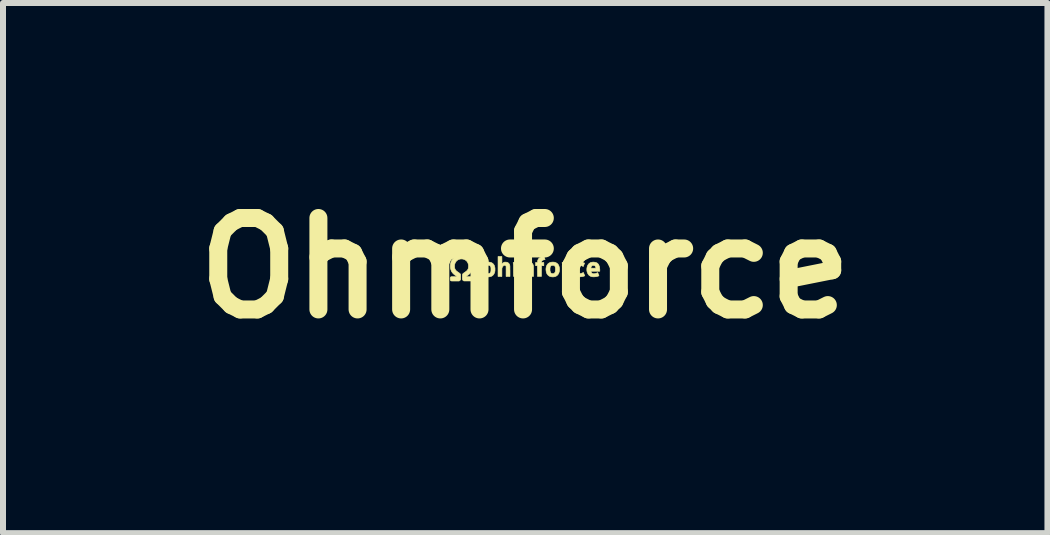
<source format=kicad_pcb>
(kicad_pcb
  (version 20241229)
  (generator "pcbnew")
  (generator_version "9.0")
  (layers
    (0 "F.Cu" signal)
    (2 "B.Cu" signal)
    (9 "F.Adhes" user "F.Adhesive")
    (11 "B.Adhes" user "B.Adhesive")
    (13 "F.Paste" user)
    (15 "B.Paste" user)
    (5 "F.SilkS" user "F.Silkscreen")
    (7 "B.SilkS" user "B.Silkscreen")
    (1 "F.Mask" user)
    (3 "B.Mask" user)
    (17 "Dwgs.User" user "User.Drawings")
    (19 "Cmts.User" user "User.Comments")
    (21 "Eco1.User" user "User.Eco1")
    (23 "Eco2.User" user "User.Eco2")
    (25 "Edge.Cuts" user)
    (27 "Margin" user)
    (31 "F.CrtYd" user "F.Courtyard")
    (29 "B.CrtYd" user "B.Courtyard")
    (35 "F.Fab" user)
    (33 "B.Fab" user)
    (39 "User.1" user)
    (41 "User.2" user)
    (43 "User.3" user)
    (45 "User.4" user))
  (footprint "Ohmforce"
    (layer "F.Cu")
    (at 5.704 1.418)
    (property "Reference" "Ohmforce" (at 0 0 0) (layer "F.SilkS") (effects (font (size 1.524 1.524) (thickness 0.3))))
    (attr through_hole)
    (fp_poly (pts (xy -0.388 -0.129) (xy -0.388 -0.064) (xy -0.381 -0.073) (xy -0.374 -0.08) (xy -0.366 -0.087) (xy -0.358 -0.093) (xy -0.351 -0.097) (xy -0.351 -0.097) (xy -0.346 -0.098) (xy -0.342 -0.099) (xy -0.336 -0.099) (xy -0.331 -0.099) (xy -0.315 -0.098) (xy -0.302 -0.096) (xy -0.29 -0.091) (xy -0.28 -0.084) (xy -0.272 -0.076) (xy -0.265 -0.066) (xy -0.26 -0.054) (xy -0.257 -0.044) (xy -0.257 -0.042) (xy -0.256 -0.04) (xy -0.256 -0.037) (xy -0.256 -0.034) (xy -0.255 -0.029) (xy -0.255 -0.024) (xy -0.255 -0.018) (xy -0.255 -0.01) (xy -0.255 0.000137) (xy -0.255 0.012) (xy -0.255 0.025) (xy -0.254 0.041) (xy -0.254 0.052) (xy -0.254 0.14) (xy -0.319 0.14) (xy -0.319 0.055) (xy -0.319 -0.03) (xy -0.323 -0.035) (xy -0.325 -0.039) (xy -0.329 -0.043) (xy -0.33 -0.044) (xy -0.336 -0.046) (xy -0.343 -0.047) (xy -0.35 -0.046) (xy -0.354 -0.045) (xy -0.359 -0.042) (xy -0.365 -0.036) (xy -0.372 -0.029) (xy -0.378 -0.02) (xy -0.384 -0.009) (xy -0.386 -0.005) (xy -0.387 -0.004) (xy -0.387 -0.003) (xy -0.387 -0.001) (xy -0.388 0.001) (xy -0.388 0.003) (xy -0.388 0.007) (xy -0.388 0.012) (xy -0.388 0.018) (xy -0.389 0.026) (xy -0.389 0.035) (xy -0.389 0.046) (xy -0.389 0.06) (xy -0.389 0.14) (xy -0.453 0.14) (xy -0.453 -0.193) (xy -0.389 -0.193) (xy -0.388 -0.129)) (stroke (width 0.01) (type solid)) (fill yes) (layer "F.SilkS"))
    (fp_poly (pts (xy 0.309 -0.197) (xy 0.31 -0.195) (xy 0.311 -0.192) (xy 0.313 -0.187) (xy 0.316 -0.181) (xy 0.319 -0.175) (xy 0.322 -0.168) (xy 0.324 -0.161) (xy 0.327 -0.154) (xy 0.329 -0.149) (xy 0.331 -0.145) (xy 0.331 -0.143) (xy 0.331 -0.142) (xy 0.33 -0.142) (xy 0.327 -0.141) (xy 0.322 -0.14) (xy 0.317 -0.139) (xy 0.305 -0.136) (xy 0.294 -0.132) (xy 0.285 -0.127) (xy 0.283 -0.125) (xy 0.278 -0.12) (xy 0.274 -0.113) (xy 0.271 -0.105) (xy 0.271 -0.101) (xy 0.27 -0.093) (xy 0.31 -0.093) (xy 0.31 -0.039) (xy 0.271 -0.039) (xy 0.27 0.05) (xy 0.27 0.139) (xy 0.238 0.139) (xy 0.229 0.139) (xy 0.221 0.139) (xy 0.215 0.139) (xy 0.21 0.139) (xy 0.206 0.139) (xy 0.205 0.139) (xy 0.205 0.137) (xy 0.205 0.134) (xy 0.205 0.128) (xy 0.205 0.12) (xy 0.205 0.111) (xy 0.205 0.1) (xy 0.205 0.087) (xy 0.205 0.074) (xy 0.204 0.06) (xy 0.204 0.049) (xy 0.204 -0.039) (xy 0.173 -0.039) (xy 0.173 -0.093) (xy 0.204 -0.093) (xy 0.205 -0.104) (xy 0.206 -0.11) (xy 0.207 -0.117) (xy 0.208 -0.123) (xy 0.208 -0.124) (xy 0.212 -0.137) (xy 0.218 -0.149) (xy 0.227 -0.16) (xy 0.237 -0.169) (xy 0.25 -0.178) (xy 0.265 -0.185) (xy 0.273 -0.188) (xy 0.279 -0.19) (xy 0.285 -0.191) (xy 0.291 -0.193) (xy 0.298 -0.195) (xy 0.303 -0.196) (xy 0.307 -0.197) (xy 0.309 -0.197) (xy 0.309 -0.197)) (stroke (width 0.01) (type solid)) (fill yes) (layer "F.SilkS"))
    (fp_poly (pts (xy 0.737 -0.099) (xy 0.743 -0.099) (xy 0.75 -0.098) (xy 0.757 -0.097) (xy 0.763 -0.096) (xy 0.769 -0.095) (xy 0.772 -0.094) (xy 0.773 -0.093) (xy 0.773 -0.092) (xy 0.772 -0.089) (xy 0.77 -0.084) (xy 0.768 -0.078) (xy 0.765 -0.072) (xy 0.763 -0.065) (xy 0.76 -0.058) (xy 0.758 -0.051) (xy 0.756 -0.046) (xy 0.754 -0.041) (xy 0.753 -0.039) (xy 0.752 -0.038) (xy 0.751 -0.039) (xy 0.749 -0.04) (xy 0.748 -0.041) (xy 0.742 -0.044) (xy 0.734 -0.046) (xy 0.727 -0.047) (xy 0.727 -0.047) (xy 0.719 -0.046) (xy 0.712 -0.043) (xy 0.706 -0.037) (xy 0.7 -0.03) (xy 0.695 -0.019) (xy 0.69 -0.009) (xy 0.686 0.002) (xy 0.686 0.14) (xy 0.621 0.14) (xy 0.621 0.039) (xy 0.621 0.021) (xy 0.62 0.005) (xy 0.62 -0.009) (xy 0.62 -0.021) (xy 0.62 -0.031) (xy 0.62 -0.04) (xy 0.62 -0.047) (xy 0.62 -0.053) (xy 0.62 -0.058) (xy 0.619 -0.062) (xy 0.619 -0.065) (xy 0.619 -0.068) (xy 0.618 -0.071) (xy 0.618 -0.074) (xy 0.617 -0.076) (xy 0.616 -0.081) (xy 0.615 -0.086) (xy 0.615 -0.09) (xy 0.615 -0.091) (xy 0.615 -0.092) (xy 0.617 -0.092) (xy 0.62 -0.092) (xy 0.625 -0.092) (xy 0.632 -0.093) (xy 0.641 -0.092) (xy 0.645 -0.092) (xy 0.675 -0.092) (xy 0.679 -0.077) (xy 0.681 -0.071) (xy 0.683 -0.067) (xy 0.684 -0.064) (xy 0.685 -0.062) (xy 0.685 -0.062) (xy 0.686 -0.063) (xy 0.688 -0.066) (xy 0.69 -0.069) (xy 0.696 -0.078) (xy 0.704 -0.086) (xy 0.711 -0.092) (xy 0.719 -0.097) (xy 0.727 -0.099) (xy 0.727 -0.099) (xy 0.731 -0.099) (xy 0.737 -0.099)) (stroke (width 0.01) (type solid)) (fill yes) (layer "F.SilkS"))
    (fp_poly (pts (xy 0.923 -0.099) (xy 0.931 -0.098) (xy 0.938 -0.097) (xy 0.946 -0.095) (xy 0.954 -0.093) (xy 0.962 -0.091) (xy 0.97 -0.089) (xy 0.977 -0.087) (xy 0.983 -0.085) (xy 0.987 -0.084) (xy 0.988 -0.083) (xy 0.988 -0.081) (xy 0.987 -0.078) (xy 0.986 -0.073) (xy 0.983 -0.066) (xy 0.98 -0.059) (xy 0.978 -0.054) (xy 0.968 -0.026) (xy 0.953 -0.033) (xy 0.944 -0.037) (xy 0.937 -0.041) (xy 0.931 -0.043) (xy 0.925 -0.044) (xy 0.919 -0.045) (xy 0.915 -0.045) (xy 0.904 -0.045) (xy 0.895 -0.043) (xy 0.887 -0.04) (xy 0.881 -0.034) (xy 0.876 -0.026) (xy 0.872 -0.017) (xy 0.869 -0.005) (xy 0.868 0.009) (xy 0.867 0.024) (xy 0.868 0.038) (xy 0.869 0.05) (xy 0.871 0.06) (xy 0.875 0.069) (xy 0.879 0.076) (xy 0.885 0.083) (xy 0.892 0.088) (xy 0.9 0.091) (xy 0.909 0.093) (xy 0.918 0.092) (xy 0.93 0.09) (xy 0.942 0.086) (xy 0.956 0.08) (xy 0.957 0.079) (xy 0.962 0.077) (xy 0.966 0.075) (xy 0.969 0.074) (xy 0.97 0.074) (xy 0.97 0.075) (xy 0.972 0.078) (xy 0.974 0.083) (xy 0.976 0.089) (xy 0.979 0.096) (xy 0.98 0.1) (xy 0.984 0.108) (xy 0.986 0.115) (xy 0.989 0.121) (xy 0.99 0.125) (xy 0.991 0.128) (xy 0.992 0.128) (xy 0.991 0.129) (xy 0.988 0.131) (xy 0.983 0.133) (xy 0.976 0.135) (xy 0.968 0.138) (xy 0.959 0.14) (xy 0.949 0.142) (xy 0.94 0.143) (xy 0.924 0.145) (xy 0.909 0.146) (xy 0.896 0.145) (xy 0.885 0.144) (xy 0.869 0.139) (xy 0.855 0.132) (xy 0.842 0.124) (xy 0.83 0.113) (xy 0.821 0.101) (xy 0.813 0.087) (xy 0.807 0.071) (xy 0.805 0.065) (xy 0.803 0.053) (xy 0.801 0.038) (xy 0.801 0.024) (xy 0.801 0.01) (xy 0.801 0.009) (xy 0.804 -0.01) (xy 0.808 -0.027) (xy 0.815 -0.043) (xy 0.823 -0.056) (xy 0.832 -0.068) (xy 0.844 -0.078) (xy 0.857 -0.086) (xy 0.872 -0.092) (xy 0.872 -0.093) (xy 0.889 -0.097) (xy 0.906 -0.099) (xy 0.923 -0.099)) (stroke (width 0.01) (type solid)) (fill yes) (layer "F.SilkS"))
    (fp_poly (pts (xy -0.602 -0.099) (xy -0.585 -0.097) (xy -0.569 -0.092) (xy -0.555 -0.086) (xy -0.543 -0.078) (xy -0.532 -0.068) (xy -0.523 -0.056) (xy -0.515 -0.042) (xy -0.51 -0.026) (xy -0.507 -0.014) (xy -0.505 -0.005) (xy -0.504 0.006) (xy -0.504 0.017) (xy -0.504 0.029) (xy -0.504 0.04) (xy -0.505 0.05) (xy -0.506 0.055) (xy -0.51 0.073) (xy -0.517 0.089) (xy -0.525 0.103) (xy -0.534 0.115) (xy -0.545 0.125) (xy -0.558 0.134) (xy -0.572 0.14) (xy -0.588 0.144) (xy -0.6 0.146) (xy -0.609 0.147) (xy -0.618 0.147) (xy -0.626 0.147) (xy -0.633 0.146) (xy -0.647 0.143) (xy -0.661 0.139) (xy -0.674 0.133) (xy -0.686 0.126) (xy -0.689 0.123) (xy -0.699 0.114) (xy -0.707 0.102) (xy -0.715 0.089) (xy -0.72 0.074) (xy -0.725 0.059) (xy -0.727 0.042) (xy -0.728 0.026) (xy -0.661 0.026) (xy -0.661 0.028) (xy -0.661 0.037) (xy -0.661 0.044) (xy -0.66 0.049) (xy -0.659 0.054) (xy -0.658 0.059) (xy -0.658 0.059) (xy -0.653 0.07) (xy -0.648 0.079) (xy -0.642 0.086) (xy -0.634 0.09) (xy -0.625 0.093) (xy -0.614 0.094) (xy -0.613 0.094) (xy -0.607 0.093) (xy -0.602 0.092) (xy -0.598 0.091) (xy -0.596 0.09) (xy -0.589 0.085) (xy -0.582 0.077) (xy -0.577 0.068) (xy -0.573 0.057) (xy -0.572 0.053) (xy -0.572 0.046) (xy -0.571 0.038) (xy -0.571 0.029) (xy -0.571 0.02) (xy -0.571 0.01) (xy -0.571 0.002) (xy -0.572 -0.005) (xy -0.572 -0.011) (xy -0.573 -0.013) (xy -0.576 -0.023) (xy -0.581 -0.032) (xy -0.586 -0.038) (xy -0.593 -0.043) (xy -0.596 -0.044) (xy -0.604 -0.046) (xy -0.612 -0.047) (xy -0.62 -0.047) (xy -0.628 -0.046) (xy -0.63 -0.045) (xy -0.638 -0.042) (xy -0.645 -0.038) (xy -0.651 -0.032) (xy -0.655 -0.024) (xy -0.658 -0.015) (xy -0.66 -0.003) (xy -0.661 0.011) (xy -0.661 0.026) (xy -0.728 0.026) (xy -0.729 0.025) (xy -0.728 0.008) (xy -0.726 -0.009) (xy -0.724 -0.018) (xy -0.719 -0.034) (xy -0.711 -0.049) (xy -0.703 -0.062) (xy -0.692 -0.073) (xy -0.68 -0.082) (xy -0.667 -0.09) (xy -0.652 -0.095) (xy -0.635 -0.098) (xy -0.617 -0.1) (xy -0.602 -0.099)) (stroke (width 0.01) (type solid)) (fill yes) (layer "F.SilkS"))
    (fp_poly (pts (xy 0.471 -0.099) (xy 0.483 -0.098) (xy 0.494 -0.096) (xy 0.503 -0.093) (xy 0.513 -0.088) (xy 0.515 -0.088) (xy 0.528 -0.08) (xy 0.539 -0.071) (xy 0.549 -0.06) (xy 0.556 -0.047) (xy 0.562 -0.033) (xy 0.567 -0.016) (xy 0.57 0.002) (xy 0.57 0.006) (xy 0.571 0.025) (xy 0.57 0.043) (xy 0.567 0.06) (xy 0.563 0.075) (xy 0.557 0.09) (xy 0.549 0.103) (xy 0.54 0.115) (xy 0.53 0.124) (xy 0.529 0.125) (xy 0.516 0.134) (xy 0.501 0.14) (xy 0.485 0.145) (xy 0.468 0.147) (xy 0.45 0.147) (xy 0.441 0.146) (xy 0.425 0.143) (xy 0.409 0.138) (xy 0.396 0.131) (xy 0.383 0.121) (xy 0.373 0.11) (xy 0.364 0.098) (xy 0.357 0.084) (xy 0.356 0.082) (xy 0.351 0.065) (xy 0.348 0.048) (xy 0.346 0.03) (xy 0.346 0.025) (xy 0.413 0.025) (xy 0.413 0.033) (xy 0.413 0.041) (xy 0.414 0.046) (xy 0.417 0.059) (xy 0.421 0.07) (xy 0.426 0.079) (xy 0.432 0.086) (xy 0.44 0.09) (xy 0.45 0.093) (xy 0.46 0.094) (xy 0.461 0.094) (xy 0.467 0.093) (xy 0.472 0.092) (xy 0.477 0.09) (xy 0.478 0.09) (xy 0.485 0.085) (xy 0.491 0.079) (xy 0.496 0.072) (xy 0.5 0.062) (xy 0.501 0.057) (xy 0.502 0.052) (xy 0.503 0.045) (xy 0.503 0.037) (xy 0.504 0.028) (xy 0.504 0.019) (xy 0.504 0.01) (xy 0.504 0.002) (xy 0.503 -0.004) (xy 0.503 -0.004) (xy 0.501 -0.014) (xy 0.499 -0.022) (xy 0.496 -0.029) (xy 0.491 -0.034) (xy 0.49 -0.036) (xy 0.485 -0.04) (xy 0.48 -0.043) (xy 0.474 -0.045) (xy 0.467 -0.046) (xy 0.458 -0.046) (xy 0.448 -0.046) (xy 0.438 -0.043) (xy 0.431 -0.039) (xy 0.425 -0.034) (xy 0.42 -0.026) (xy 0.416 -0.016) (xy 0.416 -0.013) (xy 0.415 -0.008) (xy 0.414 -0.002) (xy 0.413 0.007) (xy 0.413 0.016) (xy 0.413 0.025) (xy 0.346 0.025) (xy 0.346 0.012) (xy 0.348 -0.005) (xy 0.352 -0.022) (xy 0.357 -0.037) (xy 0.359 -0.042) (xy 0.368 -0.056) (xy 0.377 -0.069) (xy 0.389 -0.079) (xy 0.402 -0.087) (xy 0.416 -0.093) (xy 0.432 -0.097) (xy 0.449 -0.099) (xy 0.468 -0.099) (xy 0.471 -0.099)) (stroke (width 0.01) (type solid)) (fill yes) (layer "F.SilkS"))
    (fp_poly (pts (xy 1.142 -0.099) (xy 1.159 -0.097) (xy 1.174 -0.094) (xy 1.188 -0.089) (xy 1.2 -0.083) (xy 1.21 -0.074) (xy 1.219 -0.064) (xy 1.226 -0.051) (xy 1.232 -0.037) (xy 1.233 -0.034) (xy 1.236 -0.025) (xy 1.238 -0.013) (xy 1.24 -0.000227) (xy 1.242 0.013) (xy 1.243 0.027) (xy 1.243 0.04) (xy 1.243 0.042) (xy 1.243 0.053) (xy 1.095 0.053) (xy 1.095 0.057) (xy 1.097 0.063) (xy 1.1 0.069) (xy 1.103 0.076) (xy 1.107 0.081) (xy 1.107 0.082) (xy 1.111 0.085) (xy 1.115 0.088) (xy 1.12 0.09) (xy 1.124 0.092) (xy 1.127 0.093) (xy 1.13 0.094) (xy 1.134 0.094) (xy 1.14 0.095) (xy 1.142 0.095) (xy 1.155 0.094) (xy 1.167 0.092) (xy 1.18 0.088) (xy 1.193 0.083) (xy 1.198 0.08) (xy 1.202 0.078) (xy 1.206 0.077) (xy 1.207 0.077) (xy 1.207 0.077) (xy 1.209 0.078) (xy 1.21 0.081) (xy 1.212 0.086) (xy 1.215 0.092) (xy 1.219 0.101) (xy 1.219 0.102) (xy 1.222 0.109) (xy 1.225 0.116) (xy 1.227 0.122) (xy 1.228 0.126) (xy 1.229 0.128) (xy 1.229 0.128) (xy 1.227 0.129) (xy 1.224 0.131) (xy 1.219 0.133) (xy 1.213 0.135) (xy 1.207 0.137) (xy 1.201 0.138) (xy 1.195 0.14) (xy 1.184 0.142) (xy 1.171 0.144) (xy 1.159 0.145) (xy 1.146 0.146) (xy 1.134 0.146) (xy 1.123 0.145) (xy 1.114 0.144) (xy 1.114 0.144) (xy 1.098 0.14) (xy 1.083 0.133) (xy 1.07 0.125) (xy 1.058 0.114) (xy 1.057 0.113) (xy 1.048 0.1) (xy 1.04 0.086) (xy 1.034 0.071) (xy 1.029 0.054) (xy 1.027 0.037) (xy 1.027 0.019) (xy 1.028 0.000042) (xy 1.029 -0.000471) (xy 1.095 -0.000471) (xy 1.095 0.001) (xy 1.095 0.001) (xy 1.097 0.002) (xy 1.1 0.002) (xy 1.106 0.002) (xy 1.113 0.002) (xy 1.12 0.002) (xy 1.129 0.002) (xy 1.138 0.003) (xy 1.147 0.003) (xy 1.155 0.002) (xy 1.163 0.002) (xy 1.169 0.002) (xy 1.174 0.002) (xy 1.177 0.002) (xy 1.178 0.002) (xy 1.178 -0.000359) (xy 1.177 -0.004) (xy 1.177 -0.009) (xy 1.175 -0.014) (xy 1.174 -0.019) (xy 1.173 -0.023) (xy 1.172 -0.023) (xy 1.168 -0.031) (xy 1.161 -0.038) (xy 1.153 -0.042) (xy 1.143 -0.045) (xy 1.139 -0.045) (xy 1.129 -0.045) (xy 1.119 -0.043) (xy 1.111 -0.038) (xy 1.105 -0.032) (xy 1.1 -0.023) (xy 1.097 -0.013) (xy 1.096 -0.009) (xy 1.095 -0.004) (xy 1.095 -0.000471) (xy 1.029 -0.000471) (xy 1.031 -0.015) (xy 1.036 -0.032) (xy 1.043 -0.047) (xy 1.051 -0.06) (xy 1.061 -0.072) (xy 1.072 -0.081) (xy 1.085 -0.089) (xy 1.091 -0.092) (xy 1.102 -0.095) (xy 1.113 -0.097) (xy 1.125 -0.099) (xy 1.138 -0.099) (xy 1.142 -0.099)) (stroke (width 0.01) (type solid)) (fill yes) (layer "F.SilkS"))
    (fp_poly (pts (xy -0.065 -0.099) (xy -0.06 -0.099) (xy -0.05 -0.098) (xy -0.042 -0.096) (xy -0.034 -0.093) (xy -0.028 -0.089) (xy -0.021 -0.084) (xy -0.015 -0.078) (xy -0.005 -0.067) (xy -0.001 -0.073) (xy 0.007 -0.082) (xy 0.017 -0.089) (xy 0.029 -0.094) (xy 0.042 -0.098) (xy 0.057 -0.099) (xy 0.061 -0.099) (xy 0.076 -0.098) (xy 0.089 -0.096) (xy 0.101 -0.091) (xy 0.111 -0.085) (xy 0.119 -0.076) (xy 0.126 -0.066) (xy 0.132 -0.054) (xy 0.135 -0.041) (xy 0.135 -0.039) (xy 0.136 -0.036) (xy 0.136 -0.034) (xy 0.137 -0.031) (xy 0.137 -0.027) (xy 0.137 -0.023) (xy 0.137 -0.018) (xy 0.137 -0.011) (xy 0.138 -0.004) (xy 0.138 0.006) (xy 0.138 0.017) (xy 0.138 0.03) (xy 0.138 0.045) (xy 0.138 0.055) (xy 0.138 0.139) (xy 0.073 0.139) (xy 0.072 0.055) (xy 0.072 0.038) (xy 0.072 0.024) (xy 0.072 0.011) (xy 0.072 0.001) (xy 0.072 -0.008) (xy 0.071 -0.015) (xy 0.071 -0.021) (xy 0.071 -0.026) (xy 0.07 -0.029) (xy 0.07 -0.032) (xy 0.069 -0.035) (xy 0.069 -0.036) (xy 0.068 -0.038) (xy 0.067 -0.04) (xy 0.066 -0.04) (xy 0.063 -0.044) (xy 0.057 -0.046) (xy 0.051 -0.047) (xy 0.044 -0.046) (xy 0.037 -0.044) (xy 0.035 -0.043) (xy 0.028 -0.038) (xy 0.021 -0.031) (xy 0.014 -0.023) (xy 0.009 -0.012) (xy 0.006 -0.006) (xy 0.003 0.002) (xy 0.003 0.14) (xy -0.062 0.14) (xy -0.062 0.061) (xy -0.062 0.042) (xy -0.062 0.027) (xy -0.062 0.013) (xy -0.063 0.001) (xy -0.063 -0.008) (xy -0.063 -0.017) (xy -0.064 -0.023) (xy -0.064 -0.029) (xy -0.065 -0.033) (xy -0.066 -0.036) (xy -0.067 -0.039) (xy -0.068 -0.041) (xy -0.07 -0.042) (xy -0.071 -0.044) (xy -0.072 -0.044) (xy -0.076 -0.046) (xy -0.082 -0.047) (xy -0.088 -0.047) (xy -0.094 -0.046) (xy -0.096 -0.045) (xy -0.101 -0.042) (xy -0.107 -0.037) (xy -0.114 -0.029) (xy -0.12 -0.02) (xy -0.126 -0.01) (xy -0.126 -0.01) (xy -0.129 -0.004) (xy -0.13 0.139) (xy -0.162 0.139) (xy -0.171 0.139) (xy -0.179 0.139) (xy -0.185 0.139) (xy -0.19 0.139) (xy -0.194 0.139) (xy -0.195 0.139) (xy -0.195 0.137) (xy -0.195 0.134) (xy -0.195 0.128) (xy -0.195 0.12) (xy -0.195 0.111) (xy -0.195 0.099) (xy -0.195 0.087) (xy -0.196 0.073) (xy -0.196 0.059) (xy -0.196 0.044) (xy -0.196 0.043) (xy -0.196 0.025) (xy -0.196 0.01) (xy -0.196 -0.004) (xy -0.196 -0.015) (xy -0.196 -0.025) (xy -0.196 -0.033) (xy -0.196 -0.04) (xy -0.196 -0.046) (xy -0.196 -0.051) (xy -0.197 -0.055) (xy -0.197 -0.059) (xy -0.197 -0.063) (xy -0.198 -0.066) (xy -0.198 -0.068) (xy -0.199 -0.075) (xy -0.2 -0.081) (xy -0.2 -0.086) (xy -0.201 -0.089) (xy -0.201 -0.089) (xy -0.201 -0.093) (xy -0.141 -0.093) (xy -0.137 -0.08) (xy -0.135 -0.074) (xy -0.134 -0.07) (xy -0.133 -0.067) (xy -0.132 -0.066) (xy -0.131 -0.066) (xy -0.129 -0.068) (xy -0.126 -0.071) (xy -0.125 -0.072) (xy -0.118 -0.079) (xy -0.11 -0.085) (xy -0.101 -0.091) (xy -0.096 -0.094) (xy -0.09 -0.097) (xy -0.082 -0.099) (xy -0.074 -0.1) (xy -0.065 -0.099)) (stroke (width 0.01) (type solid)) (fill yes) (layer "F.SilkS"))
    (fp_poly (pts (xy -1.052 -0.224) (xy -1.041 -0.223) (xy -1.03 -0.222) (xy -1.023 -0.221) (xy -1.001 -0.215) (xy -0.982 -0.208) (xy -0.963 -0.198) (xy -0.946 -0.186) (xy -0.93 -0.172) (xy -0.917 -0.157) (xy -0.905 -0.14) (xy -0.895 -0.121) (xy -0.886 -0.101) (xy -0.88 -0.079) (xy -0.878 -0.067) (xy -0.877 -0.059) (xy -0.876 -0.049) (xy -0.876 -0.039) (xy -0.876 -0.027) (xy -0.876 -0.016) (xy -0.877 -0.006) (xy -0.878 0.002) (xy -0.878 0.005) (xy -0.882 0.023) (xy -0.888 0.04) (xy -0.896 0.055) (xy -0.905 0.07) (xy -0.917 0.085) (xy -0.926 0.094) (xy -0.941 0.108) (xy -0.957 0.12) (xy -0.969 0.128) (xy -0.973 0.13) (xy -0.976 0.132) (xy -0.977 0.134) (xy -0.977 0.136) (xy -0.978 0.138) (xy -0.978 0.144) (xy -0.933 0.144) (xy -0.921 0.144) (xy -0.911 0.144) (xy -0.903 0.144) (xy -0.896 0.144) (xy -0.892 0.144) (xy -0.888 0.145) (xy -0.885 0.146) (xy -0.883 0.147) (xy -0.881 0.148) (xy -0.88 0.15) (xy -0.878 0.151) (xy -0.876 0.154) (xy -0.874 0.158) (xy -0.873 0.162) (xy -0.873 0.168) (xy -0.873 0.175) (xy -0.873 0.182) (xy -0.873 0.191) (xy -0.874 0.197) (xy -0.875 0.202) (xy -0.876 0.205) (xy -0.878 0.208) (xy -0.881 0.211) (xy -0.882 0.212) (xy -0.887 0.215) (xy -0.954 0.215) (xy -0.97 0.215) (xy -0.983 0.215) (xy -0.994 0.215) (xy -1.003 0.215) (xy -1.01 0.215) (xy -1.016 0.215) (xy -1.021 0.214) (xy -1.025 0.213) (xy -1.027 0.213) (xy -1.03 0.211) (xy -1.032 0.21) (xy -1.034 0.208) (xy -1.035 0.206) (xy -1.037 0.205) (xy -1.04 0.202) (xy -1.042 0.199) (xy -1.044 0.195) (xy -1.045 0.192) (xy -1.046 0.187) (xy -1.047 0.182) (xy -1.047 0.175) (xy -1.048 0.166) (xy -1.048 0.155) (xy -1.048 0.149) (xy -1.048 0.137) (xy -1.048 0.126) (xy -1.047 0.118) (xy -1.046 0.111) (xy -1.045 0.105) (xy -1.043 0.1) (xy -1.04 0.096) (xy -1.036 0.092) (xy -1.031 0.087) (xy -1.024 0.082) (xy -1.016 0.077) (xy -1.013 0.075) (xy -1.002 0.067) (xy -0.993 0.061) (xy -0.986 0.055) (xy -0.98 0.051) (xy -0.975 0.046) (xy -0.971 0.042) (xy -0.967 0.038) (xy -0.965 0.036) (xy -0.958 0.026) (xy -0.953 0.016) (xy -0.949 0.006) (xy -0.947 -0.006) (xy -0.946 -0.02) (xy -0.945 -0.025) (xy -0.945 -0.038) (xy -0.946 -0.051) (xy -0.948 -0.062) (xy -0.951 -0.072) (xy -0.953 -0.079) (xy -0.96 -0.094) (xy -0.969 -0.108) (xy -0.979 -0.12) (xy -0.992 -0.13) (xy -1.005 -0.138) (xy -1.02 -0.145) (xy -1.035 -0.149) (xy -1.052 -0.152) (xy -1.069 -0.152) (xy -1.087 -0.15) (xy -1.089 -0.149) (xy -1.105 -0.145) (xy -1.119 -0.138) (xy -1.133 -0.129) (xy -1.145 -0.118) (xy -1.156 -0.106) (xy -1.164 -0.091) (xy -1.171 -0.076) (xy -1.175 -0.065) (xy -1.176 -0.061) (xy -1.177 -0.057) (xy -1.177 -0.052) (xy -1.178 -0.047) (xy -1.178 -0.041) (xy -1.178 -0.032) (xy -1.178 -0.03) (xy -1.178 -0.02) (xy -1.177 -0.012) (xy -1.177 -0.005) (xy -1.176 0.002) (xy -1.174 0.007) (xy -1.171 0.013) (xy -1.168 0.02) (xy -1.165 0.027) (xy -1.16 0.033) (xy -1.155 0.039) (xy -1.15 0.045) (xy -1.142 0.052) (xy -1.134 0.058) (xy -1.123 0.066) (xy -1.115 0.072) (xy -1.108 0.076) (xy -1.101 0.081) (xy -1.095 0.086) (xy -1.09 0.09) (xy -1.086 0.093) (xy -1.084 0.096) (xy -1.081 0.099) (xy -1.08 0.101) (xy -1.078 0.105) (xy -1.077 0.108) (xy -1.076 0.113) (xy -1.076 0.119) (xy -1.076 0.127) (xy -1.076 0.137) (xy -1.076 0.149) (xy -1.076 0.15) (xy -1.076 0.161) (xy -1.076 0.169) (xy -1.076 0.176) (xy -1.076 0.181) (xy -1.077 0.185) (xy -1.077 0.188) (xy -1.078 0.191) (xy -1.078 0.191) (xy -1.081 0.197) (xy -1.085 0.203) (xy -1.091 0.209) (xy -1.097 0.212) (xy -1.098 0.213) (xy -1.104 0.216) (xy -1.168 0.216) (xy -1.184 0.216) (xy -1.196 0.216) (xy -1.207 0.216) (xy -1.216 0.216) (xy -1.223 0.215) (xy -1.228 0.215) (xy -1.232 0.215) (xy -1.234 0.215) (xy -1.236 0.214) (xy -1.236 0.214) (xy -1.242 0.21) (xy -1.246 0.204) (xy -1.248 0.202) (xy -1.249 0.199) (xy -1.249 0.194) (xy -1.25 0.189) (xy -1.25 0.181) (xy -1.25 0.179) (xy -1.25 0.171) (xy -1.249 0.165) (xy -1.249 0.16) (xy -1.248 0.156) (xy -1.246 0.153) (xy -1.244 0.151) (xy -1.244 0.151) (xy -1.242 0.149) (xy -1.24 0.147) (xy -1.238 0.146) (xy -1.236 0.145) (xy -1.233 0.145) (xy -1.229 0.144) (xy -1.224 0.144) (xy -1.217 0.144) (xy -1.208 0.144) (xy -1.197 0.144) (xy -1.189 0.144) (xy -1.145 0.144) (xy -1.146 0.138) (xy -1.146 0.136) (xy -1.147 0.134) (xy -1.148 0.132) (xy -1.151 0.13) (xy -1.155 0.128) (xy -1.158 0.126) (xy -1.177 0.113) (xy -1.193 0.099) (xy -1.208 0.084) (xy -1.22 0.068) (xy -1.23 0.051) (xy -1.237 0.033) (xy -1.239 0.027) (xy -1.244 0.009) (xy -1.247 -0.011) (xy -1.248 -0.031) (xy -1.247 -0.051) (xy -1.245 -0.071) (xy -1.243 -0.078) (xy -1.238 -0.099) (xy -1.23 -0.119) (xy -1.22 -0.137) (xy -1.208 -0.155) (xy -1.194 -0.17) (xy -1.179 -0.184) (xy -1.162 -0.196) (xy -1.144 -0.206) (xy -1.124 -0.214) (xy -1.104 -0.22) (xy -1.097 -0.222) (xy -1.087 -0.223) (xy -1.076 -0.224) (xy -1.064 -0.224) (xy -1.052 -0.224)) (stroke (width 0.01) (type solid)) (fill yes) (layer "F.SilkS")))
  (gr_rect
    (start -3 -3)
    (end 14.408 5.836)
    (stroke (width 0.1) (type default))
    (fill no)
    (layer "Edge.Cuts")))
</source>
